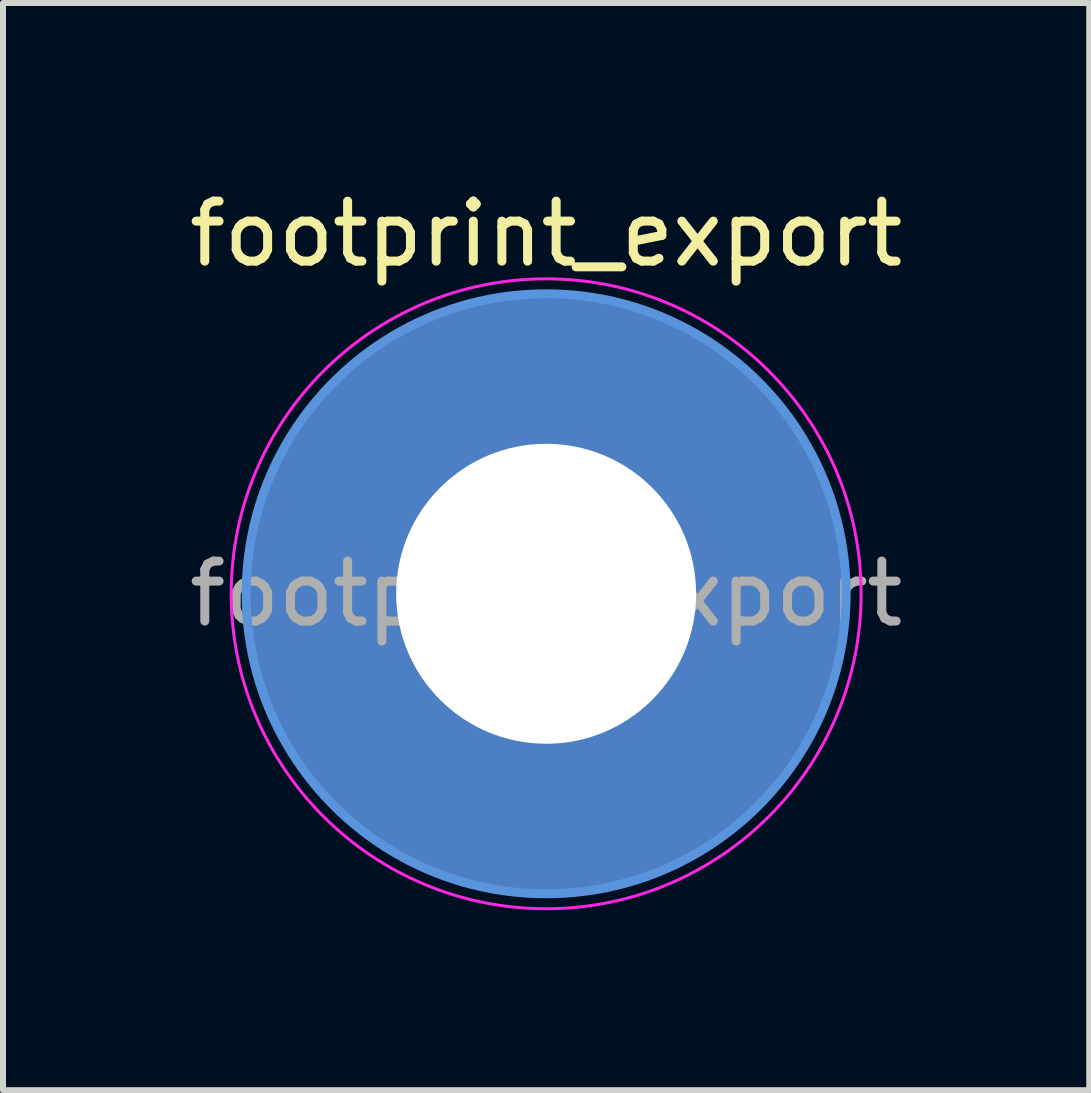
<source format=kicad_pcb>
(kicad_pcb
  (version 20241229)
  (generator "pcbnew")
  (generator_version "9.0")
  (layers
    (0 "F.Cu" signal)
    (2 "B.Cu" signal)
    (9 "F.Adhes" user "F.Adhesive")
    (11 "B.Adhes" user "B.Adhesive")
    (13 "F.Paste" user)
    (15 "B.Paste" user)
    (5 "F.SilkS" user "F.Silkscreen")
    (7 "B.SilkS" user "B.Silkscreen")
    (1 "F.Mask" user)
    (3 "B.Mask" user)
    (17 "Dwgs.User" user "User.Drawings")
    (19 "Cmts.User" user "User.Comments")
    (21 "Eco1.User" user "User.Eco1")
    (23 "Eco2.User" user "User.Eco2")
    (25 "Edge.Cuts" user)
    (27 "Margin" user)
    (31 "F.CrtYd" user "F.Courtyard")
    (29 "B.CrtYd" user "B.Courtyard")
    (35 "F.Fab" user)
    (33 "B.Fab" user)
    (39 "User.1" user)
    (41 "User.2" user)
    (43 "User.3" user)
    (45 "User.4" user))
  (footprint "footprint_export"
    (layer "F.Cu")
    (at 6.054 6.848)
    (property "Reference" "footprint_export" (at 0 -6 0) (layer "F.SilkS") (effects (font (size 1 1) (thickness 0.15))))
    (attr exclude_from_pos_files exclude_from_bom)
    (fp_circle (center 0 0) (end 5 0) (stroke (width 0.15) (type solid)) (fill no) (layer "Cmts.User"))
    (fp_circle (center 0 0) (end 5.25 0) (stroke (width 0.05) (type solid)) (fill no) (layer "F.CrtYd"))
    (fp_text user "${REFERENCE}" (at 0 0 0) (layer "F.Fab") (effects (font (size 1 1) (thickness 0.15))))
    (pad "1" thru_hole circle (at 0 0) (size 10 10) (drill 5) (layers "*.Cu" "*.Mask")))
  (gr_rect
    (start -3 -3)
    (end 15.107 15.123)
    (stroke (width 0.1) (type default))
    (fill no)
    (layer "Edge.Cuts")))
</source>
